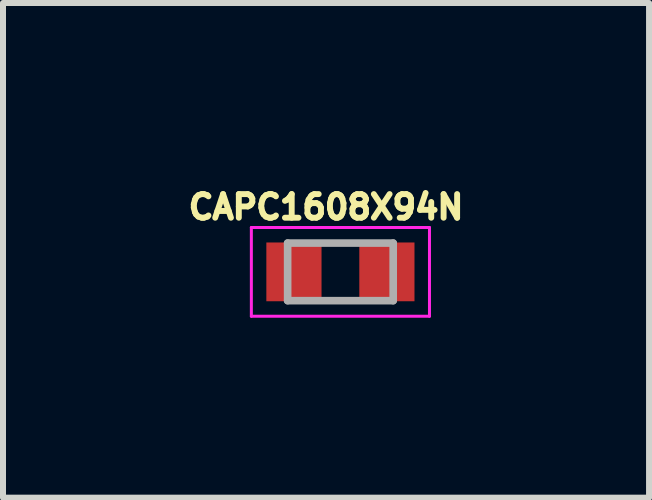
<source format=kicad_pcb>
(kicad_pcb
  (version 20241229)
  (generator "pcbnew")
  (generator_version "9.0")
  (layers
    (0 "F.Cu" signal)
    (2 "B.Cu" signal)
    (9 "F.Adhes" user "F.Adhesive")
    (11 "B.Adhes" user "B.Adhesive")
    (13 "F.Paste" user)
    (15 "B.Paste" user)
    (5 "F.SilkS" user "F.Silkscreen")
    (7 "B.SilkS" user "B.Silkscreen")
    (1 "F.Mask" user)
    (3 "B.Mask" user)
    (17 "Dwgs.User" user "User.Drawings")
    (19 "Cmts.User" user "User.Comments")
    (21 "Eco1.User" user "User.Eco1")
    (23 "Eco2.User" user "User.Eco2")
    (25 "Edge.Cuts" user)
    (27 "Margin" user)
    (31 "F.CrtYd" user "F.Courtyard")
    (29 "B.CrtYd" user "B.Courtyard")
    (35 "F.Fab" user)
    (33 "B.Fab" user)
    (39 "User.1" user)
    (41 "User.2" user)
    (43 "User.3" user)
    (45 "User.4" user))
  (footprint "CAPC1608X94N"
    (layer "F.Cu")
    (at 2.626 1.483)
    (property "Reference" "CAPC1608X94N" (at -0.24 -1.08 0) (layer "F.SilkS") (effects (font (size 0.394 0.394) (thickness 0.15))))
    (attr smd)
    (fp_line (start -1.485 -0.74) (end 1.485 -0.74) (stroke (width 0.05) (type solid)) (layer "F.CrtYd"))
    (fp_line (start -1.485 0.74) (end -1.485 -0.74) (stroke (width 0.05) (type solid)) (layer "F.CrtYd"))
    (fp_line (start -1.485 0.74) (end 1.485 0.74) (stroke (width 0.05) (type solid)) (layer "F.CrtYd"))
    (fp_line (start 1.485 0.74) (end 1.485 -0.74) (stroke (width 0.05) (type solid)) (layer "F.CrtYd"))
    (fp_line (start -0.88 0.48) (end -0.88 -0.48) (stroke (width 0.127) (type solid)) (layer "F.Fab"))
    (fp_line (start 0.88 -0.48) (end -0.88 -0.48) (stroke (width 0.127) (type solid)) (layer "F.Fab"))
    (fp_line (start 0.88 0.48) (end -0.88 0.48) (stroke (width 0.127) (type solid)) (layer "F.Fab"))
    (fp_line (start 0.88 0.48) (end 0.88 -0.48) (stroke (width 0.127) (type solid)) (layer "F.Fab"))
    (pad "1" smd rect (at -0.775 0) (size 0.92 0.98) (layers "F.Cu" "F.Mask" "F.Paste"))
    (pad "2" smd rect (at 0.775 0) (size 0.92 0.98) (layers "F.Cu" "F.Mask" "F.Paste")))
  (gr_rect
    (start -3 -3)
    (end 7.772 5.248)
    (stroke (width 0.1) (type default))
    (fill no)
    (layer "Edge.Cuts")))
</source>
